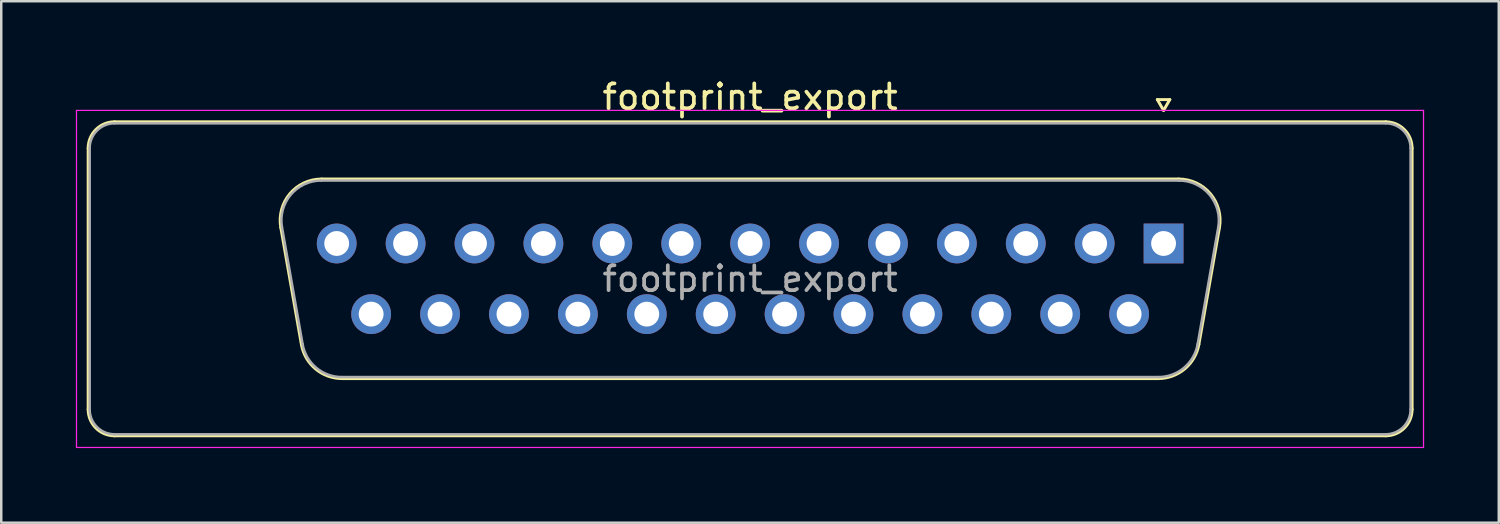
<source format=kicad_pcb>
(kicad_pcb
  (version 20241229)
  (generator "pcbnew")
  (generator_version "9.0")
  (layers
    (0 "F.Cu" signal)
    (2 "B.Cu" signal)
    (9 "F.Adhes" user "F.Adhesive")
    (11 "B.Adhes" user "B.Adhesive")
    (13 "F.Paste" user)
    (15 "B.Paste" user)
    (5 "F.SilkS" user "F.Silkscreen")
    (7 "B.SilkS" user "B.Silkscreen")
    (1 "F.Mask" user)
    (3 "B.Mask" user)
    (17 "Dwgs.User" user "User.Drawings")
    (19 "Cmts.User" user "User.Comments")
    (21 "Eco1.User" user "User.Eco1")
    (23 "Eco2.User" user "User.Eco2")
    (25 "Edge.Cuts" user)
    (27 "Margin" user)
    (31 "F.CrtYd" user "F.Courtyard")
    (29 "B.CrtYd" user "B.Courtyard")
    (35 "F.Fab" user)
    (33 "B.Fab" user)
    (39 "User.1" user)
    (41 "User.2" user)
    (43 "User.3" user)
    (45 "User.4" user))
  (footprint "footprint_export"
    (layer "F.Cu")
    (at 43.725 6.738)
    (property "Reference" "footprint_export" (at -16.62 -5.89 0) (layer "F.SilkS") (effects (font (size 1 1) (thickness 0.15))))
    (attr through_hole)
    (fp_line (start -43.23 6.67) (end -43.23 -3.83) (stroke (width 0.12) (type solid)) (layer "F.SilkS"))
    (fp_line (start -42.17 -4.89) (end 8.93 -4.89) (stroke (width 0.12) (type solid)) (layer "F.SilkS"))
    (fp_line (start -35.486 -0.642) (end -34.658 4.058) (stroke (width 0.12) (type solid)) (layer "F.SilkS"))
    (fp_line (start -33.852 -2.59) (end 0.612 -2.59) (stroke (width 0.12) (type solid)) (layer "F.SilkS"))
    (fp_line (start -33.023 5.43) (end -0.217 5.43) (stroke (width 0.12) (type solid)) (layer "F.SilkS"))
    (fp_line (start -0.25 -5.784) (end 0.25 -5.784) (stroke (width 0.12) (type solid)) (layer "F.SilkS"))
    (fp_line (start 0 -5.351) (end -0.25 -5.784) (stroke (width 0.12) (type solid)) (layer "F.SilkS"))
    (fp_line (start 0.25 -5.784) (end 0 -5.351) (stroke (width 0.12) (type solid)) (layer "F.SilkS"))
    (fp_line (start 2.246 -0.642) (end 1.418 4.058) (stroke (width 0.12) (type solid)) (layer "F.SilkS"))
    (fp_line (start 8.93 7.73) (end -42.17 7.73) (stroke (width 0.12) (type solid)) (layer "F.SilkS"))
    (fp_line (start 9.99 -3.83) (end 9.99 6.67) (stroke (width 0.12) (type solid)) (layer "F.SilkS"))
    (fp_arc (start -43.23 -3.83) (mid -42.919533 -4.579533) (end -42.17 -4.89) (stroke (width 0.12) (type solid)) (layer "F.SilkS"))
    (fp_arc (start -42.17 7.73) (mid -42.919533 7.419533) (end -43.23 6.67) (stroke (width 0.12) (type solid)) (layer "F.SilkS"))
    (fp_arc (start -35.48647 -0.641744) (mid -35.123323 -1.997028) (end -33.851689 -2.59) (stroke (width 0.12) (type solid)) (layer "F.SilkS"))
    (fp_arc (start -33.022952 5.43) (mid -34.089979 5.041634) (end -34.657733 4.058256) (stroke (width 0.12) (type solid)) (layer "F.SilkS"))
    (fp_arc (start 0.611689 -2.59) (mid 1.883323 -1.997027) (end 2.24647 -0.641744) (stroke (width 0.12) (type solid)) (layer "F.SilkS"))
    (fp_arc (start 1.417733 4.058256) (mid 0.84998 5.041634) (end -0.217048 5.43) (stroke (width 0.12) (type solid)) (layer "F.SilkS"))
    (fp_arc (start 8.93 -4.89) (mid 9.679533 -4.579533) (end 9.99 -3.83) (stroke (width 0.12) (type solid)) (layer "F.SilkS"))
    (fp_arc (start 9.99 6.67) (mid 9.679533 7.419533) (end 8.93 7.73) (stroke (width 0.12) (type solid)) (layer "F.SilkS"))
    (fp_line (start -43.7 -5.35) (end -43.7 8.2) (stroke (width 0.05) (type solid)) (layer "F.CrtYd"))
    (fp_line (start -43.7 8.2) (end 10.45 8.2) (stroke (width 0.05) (type solid)) (layer "F.CrtYd"))
    (fp_line (start 10.45 -5.35) (end -43.7 -5.35) (stroke (width 0.05) (type solid)) (layer "F.CrtYd"))
    (fp_line (start 10.45 8.2) (end 10.45 -5.35) (stroke (width 0.05) (type solid)) (layer "F.CrtYd"))
    (fp_line (start -43.17 6.67) (end -43.17 -3.83) (stroke (width 0.1) (type solid)) (layer "F.Fab"))
    (fp_line (start -42.17 -4.83) (end 8.93 -4.83) (stroke (width 0.1) (type solid)) (layer "F.Fab"))
    (fp_line (start -35.439 -0.652) (end -34.61 4.048) (stroke (width 0.1) (type solid)) (layer "F.Fab"))
    (fp_line (start -33.863 -2.53) (end 0.623 -2.53) (stroke (width 0.1) (type solid)) (layer "F.Fab"))
    (fp_line (start -33.034 5.37) (end -0.206 5.37) (stroke (width 0.1) (type solid)) (layer "F.Fab"))
    (fp_line (start 2.199 -0.652) (end 1.37 4.048) (stroke (width 0.1) (type solid)) (layer "F.Fab"))
    (fp_line (start 8.93 7.67) (end -42.17 7.67) (stroke (width 0.1) (type solid)) (layer "F.Fab"))
    (fp_line (start 9.93 -3.83) (end 9.93 6.67) (stroke (width 0.1) (type solid)) (layer "F.Fab"))
    (fp_arc (start -43.17 -3.83) (mid -42.877107 -4.537107) (end -42.17 -4.83) (stroke (width 0.1) (type solid)) (layer "F.Fab"))
    (fp_arc (start -42.17 7.67) (mid -42.877107 7.377107) (end -43.17 6.67) (stroke (width 0.1) (type solid)) (layer "F.Fab"))
    (fp_arc (start -35.438886 -0.652163) (mid -35.088865 -1.95846) (end -33.863194 -2.53) (stroke (width 0.1) (type solid)) (layer "F.Fab"))
    (fp_arc (start -33.034457 5.37) (mid -34.062917 4.995671) (end -34.610149 4.047837) (stroke (width 0.1) (type solid)) (layer "F.Fab"))
    (fp_arc (start 0.623194 -2.53) (mid 1.848865 -1.95846) (end 2.198886 -0.652163) (stroke (width 0.1) (type solid)) (layer "F.Fab"))
    (fp_arc (start 1.370149 4.047837) (mid 0.822917 4.995671) (end -0.205543 5.37) (stroke (width 0.1) (type solid)) (layer "F.Fab"))
    (fp_arc (start 8.93 -4.83) (mid 9.637107 -4.537107) (end 9.93 -3.83) (stroke (width 0.1) (type solid)) (layer "F.Fab"))
    (fp_arc (start 9.93 6.67) (mid 9.637107 7.377107) (end 8.93 7.67) (stroke (width 0.1) (type solid)) (layer "F.Fab"))
    (fp_text user "${REFERENCE}" (at -16.62 1.42 0) (layer "F.Fab") (effects (font (size 1 1) (thickness 0.15))))
    (pad "1" thru_hole rect (at 0 0) (size 1.6 1.6) (drill 1) (layers "*.Cu" "*.Mask"))
    (pad "2" thru_hole circle (at -2.77 0) (size 1.6 1.6) (drill 1) (layers "*.Cu" "*.Mask"))
    (pad "3" thru_hole circle (at -5.54 0) (size 1.6 1.6) (drill 1) (layers "*.Cu" "*.Mask"))
    (pad "4" thru_hole circle (at -8.31 0) (size 1.6 1.6) (drill 1) (layers "*.Cu" "*.Mask"))
    (pad "5" thru_hole circle (at -11.08 0) (size 1.6 1.6) (drill 1) (layers "*.Cu" "*.Mask"))
    (pad "6" thru_hole circle (at -13.85 0) (size 1.6 1.6) (drill 1) (layers "*.Cu" "*.Mask"))
    (pad "7" thru_hole circle (at -16.62 0) (size 1.6 1.6) (drill 1) (layers "*.Cu" "*.Mask"))
    (pad "8" thru_hole circle (at -19.39 0) (size 1.6 1.6) (drill 1) (layers "*.Cu" "*.Mask"))
    (pad "9" thru_hole circle (at -22.16 0) (size 1.6 1.6) (drill 1) (layers "*.Cu" "*.Mask"))
    (pad "10" thru_hole circle (at -24.93 0) (size 1.6 1.6) (drill 1) (layers "*.Cu" "*.Mask"))
    (pad "11" thru_hole circle (at -27.7 0) (size 1.6 1.6) (drill 1) (layers "*.Cu" "*.Mask"))
    (pad "12" thru_hole circle (at -30.47 0) (size 1.6 1.6) (drill 1) (layers "*.Cu" "*.Mask"))
    (pad "13" thru_hole circle (at -33.24 0) (size 1.6 1.6) (drill 1) (layers "*.Cu" "*.Mask"))
    (pad "14" thru_hole circle (at -1.385 2.84) (size 1.6 1.6) (drill 1) (layers "*.Cu" "*.Mask"))
    (pad "15" thru_hole circle (at -4.155 2.84) (size 1.6 1.6) (drill 1) (layers "*.Cu" "*.Mask"))
    (pad "16" thru_hole circle (at -6.925 2.84) (size 1.6 1.6) (drill 1) (layers "*.Cu" "*.Mask"))
    (pad "17" thru_hole circle (at -9.695 2.84) (size 1.6 1.6) (drill 1) (layers "*.Cu" "*.Mask"))
    (pad "18" thru_hole circle (at -12.465 2.84) (size 1.6 1.6) (drill 1) (layers "*.Cu" "*.Mask"))
    (pad "19" thru_hole circle (at -15.235 2.84) (size 1.6 1.6) (drill 1) (layers "*.Cu" "*.Mask"))
    (pad "20" thru_hole circle (at -18.005 2.84) (size 1.6 1.6) (drill 1) (layers "*.Cu" "*.Mask"))
    (pad "21" thru_hole circle (at -20.775 2.84) (size 1.6 1.6) (drill 1) (layers "*.Cu" "*.Mask"))
    (pad "22" thru_hole circle (at -23.545 2.84) (size 1.6 1.6) (drill 1) (layers "*.Cu" "*.Mask"))
    (pad "23" thru_hole circle (at -26.315 2.84) (size 1.6 1.6) (drill 1) (layers "*.Cu" "*.Mask"))
    (pad "24" thru_hole circle (at -29.085 2.84) (size 1.6 1.6) (drill 1) (layers "*.Cu" "*.Mask"))
    (pad "25" thru_hole circle (at -31.855 2.84) (size 1.6 1.6) (drill 1) (layers "*.Cu" "*.Mask")))
  (gr_rect
    (start -3 -3)
    (end 57.2 17.963)
    (stroke (width 0.1) (type default))
    (fill no)
    (layer "Edge.Cuts")))
</source>
